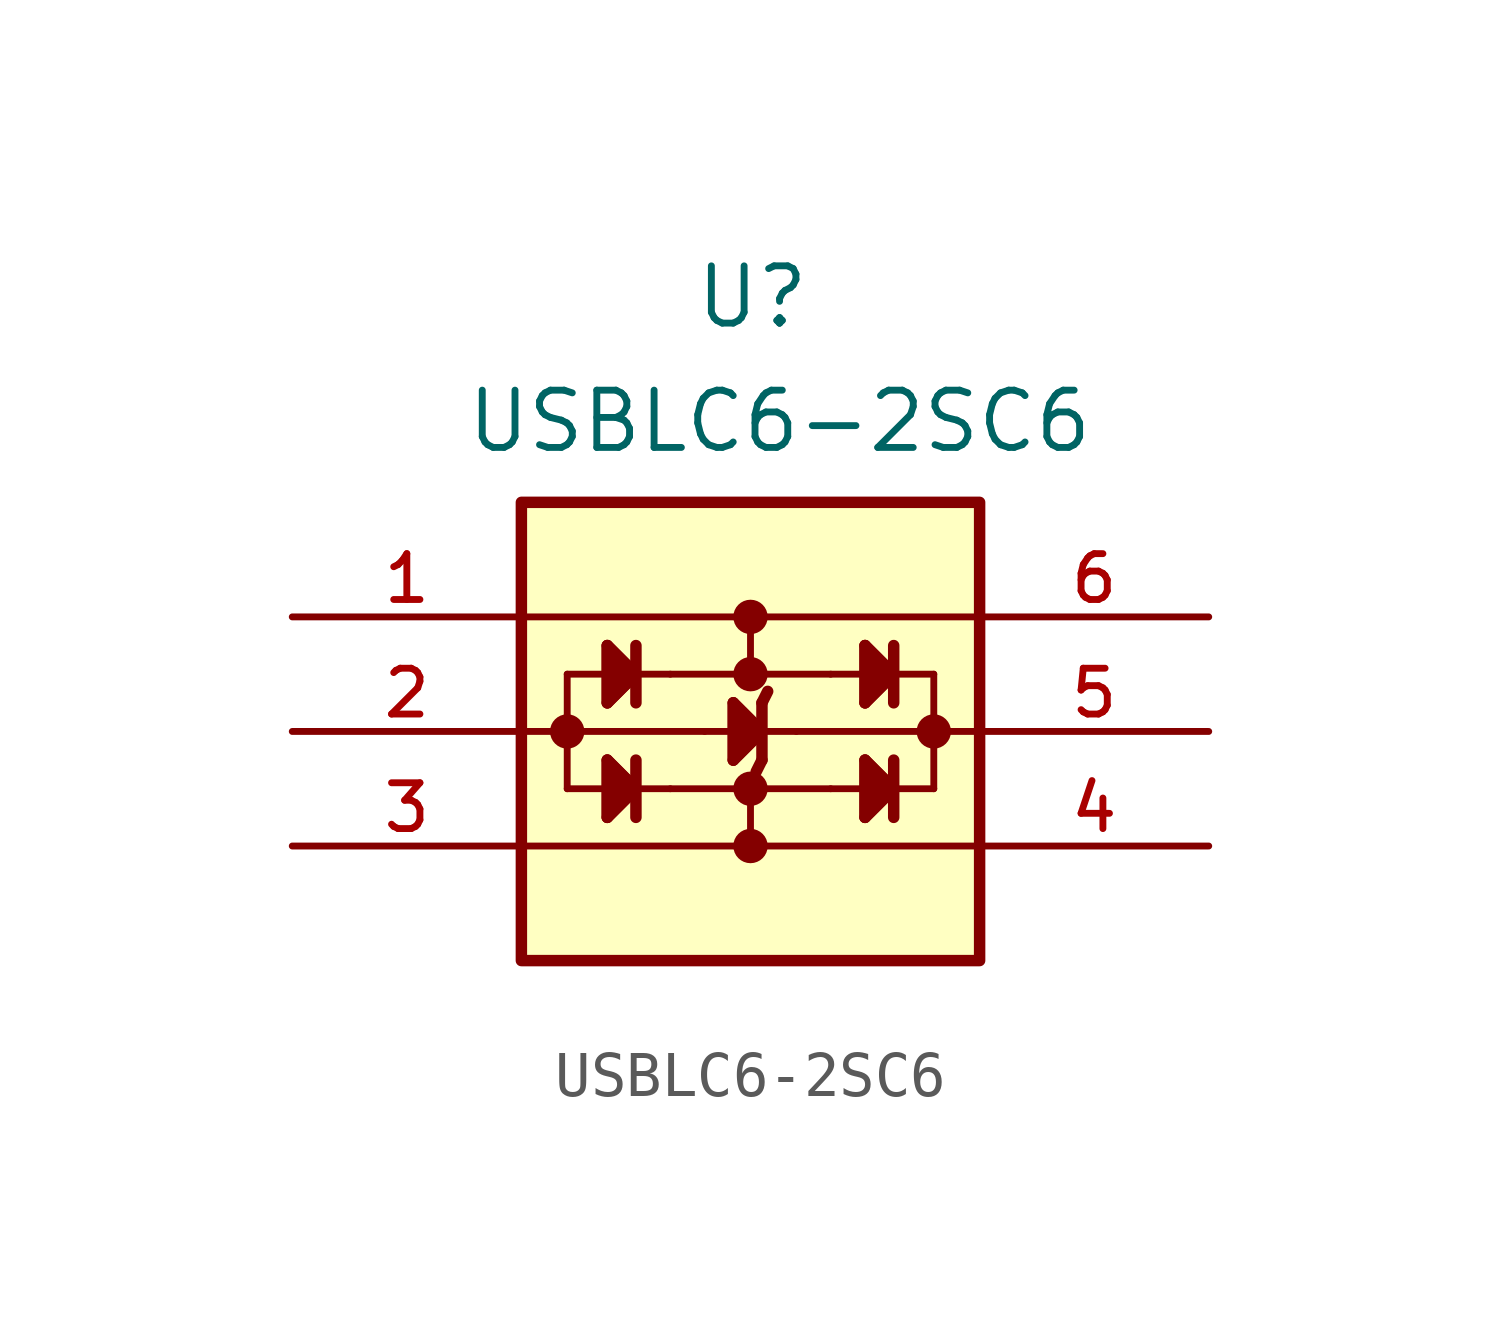
<source format=kicad_sym>
(kicad_symbol_lib
  (version 20211014)
  (generator kicad_symbol_editor)
  (symbol "USBLC6-2SC6"
    (pin_names
      (offset 1.016))
    (property "Reference" "U"
      (at -1.27 8.89 0)
      (effects (font (size 1.27 1.27)) (justify left bottom)))
    (property "Value" "USBLC6-2SC6"
      (at -6.35 7.62 0)
      (effects (font (size 1.27 1.27)) (justify left top)))
    (symbol "USBLC6-2SC6_0_0"
      (rectangle (start -5.08 5.08) (end 5.08 -5.08) (stroke (width 0.254) (type default) (color 0 0 0 0)) (fill (type background)))
      (circle (center -4.064 0) (radius 0.0001) (stroke (width 0.381) (type default) (color 0 0 0 0)) (fill (type none)))
      (circle (center 0 -2.54) (radius 0.0001) (stroke (width 0.381) (type default) (color 0 0 0 0)) (fill (type none)))
      (circle (center 0 -1.27) (radius 0.0001) (stroke (width 0.381) (type default) (color 0 0 0 0)) (fill (type none)))
      (polyline (pts (xy -5.08 -2.54) (xy 5.08 -2.54)) (stroke (width 0.152) (type default) (color 0 0 0 0)) (fill (type none)))
      (polyline (pts (xy -5.08 0) (xy -1.016 0)) (stroke (width 0.152) (type default) (color 0 0 0 0)) (fill (type none)))
      (polyline (pts (xy -5.08 2.54) (xy 5.08 2.54)) (stroke (width 0.152) (type default) (color 0 0 0 0)) (fill (type none)))
      (polyline (pts (xy -4.064 -1.27) (xy -4.064 1.27)) (stroke (width 0.152) (type default) (color 0 0 0 0)) (fill (type none)))
      (polyline (pts (xy -4.064 -1.27) (xy -3.175 -1.27)) (stroke (width 0.152) (type default) (color 0 0 0 0)) (fill (type none)))
      (polyline (pts (xy -4.064 1.27) (xy -3.175 1.27)) (stroke (width 0.152) (type default) (color 0 0 0 0)) (fill (type none)))
      (polyline (pts (xy -3.175 -1.905) (xy -3.175 -1.27)) (stroke (width 0.254) (type default) (color 0 0 0 0)) (fill (type none)))
      (polyline (pts (xy -3.175 -1.27) (xy -3.175 -0.635)) (stroke (width 0.254) (type default) (color 0 0 0 0)) (fill (type none)))
      (polyline (pts (xy -3.175 -0.635) (xy -2.54 -1.27)) (stroke (width 0.254) (type default) (color 0 0 0 0)) (fill (type none)))
      (polyline (pts (xy -3.175 0.635) (xy -3.175 1.27)) (stroke (width 0.254) (type default) (color 0 0 0 0)) (fill (type none)))
      (polyline (pts (xy -3.175 1.27) (xy -3.175 1.905)) (stroke (width 0.254) (type default) (color 0 0 0 0)) (fill (type none)))
      (polyline (pts (xy -3.175 1.905) (xy -2.54 1.27)) (stroke (width 0.254) (type default) (color 0 0 0 0)) (fill (type none)))
      (polyline (pts (xy -2.54 -1.27) (xy -3.175 -1.905)) (stroke (width 0.254) (type default) (color 0 0 0 0)) (fill (type none)))
      (polyline (pts (xy -2.54 -1.27) (xy -2.54 -1.905)) (stroke (width 0.254) (type default) (color 0 0 0 0)) (fill (type none)))
      (polyline (pts (xy -2.54 -1.27) (xy -1.778 -1.27)) (stroke (width 0.152) (type default) (color 0 0 0 0)) (fill (type none)))
      (polyline (pts (xy -2.54 -0.635) (xy -2.54 -1.27)) (stroke (width 0.254) (type default) (color 0 0 0 0)) (fill (type none)))
      (polyline (pts (xy -2.54 1.27) (xy -3.175 0.635)) (stroke (width 0.254) (type default) (color 0 0 0 0)) (fill (type none)))
      (polyline (pts (xy -2.54 1.27) (xy -2.54 0.635)) (stroke (width 0.254) (type default) (color 0 0 0 0)) (fill (type none)))
      (polyline (pts (xy -2.54 1.27) (xy -1.778 1.27)) (stroke (width 0.152) (type default) (color 0 0 0 0)) (fill (type none)))
      (polyline (pts (xy -2.54 1.905) (xy -2.54 1.27)) (stroke (width 0.254) (type default) (color 0 0 0 0)) (fill (type none)))
      (polyline (pts (xy -1.778 1.27) (xy 0 1.27)) (stroke (width 0.152) (type default) (color 0 0 0 0)) (fill (type none)))
      (polyline (pts (xy -1.016 0) (xy -0.381 0)) (stroke (width 0.152) (type default) (color 0 0 0 0)) (fill (type none)))
      (polyline (pts (xy -0.381 -0.635) (xy -0.381 0)) (stroke (width 0.254) (type default) (color 0 0 0 0)) (fill (type none)))
      (polyline (pts (xy -0.381 0) (xy -0.381 0.635)) (stroke (width 0.254) (type default) (color 0 0 0 0)) (fill (type none)))
      (polyline (pts (xy -0.381 0.635) (xy 0.254 0)) (stroke (width 0.254) (type default) (color 0 0 0 0)) (fill (type none)))
      (polyline (pts (xy 0 -1.27) (xy -1.778 -1.27)) (stroke (width 0.152) (type default) (color 0 0 0 0)) (fill (type none)))
      (polyline (pts (xy 0 -1.27) (xy 0 -2.54)) (stroke (width 0.152) (type default) (color 0 0 0 0)) (fill (type none)))
      (polyline (pts (xy 0 1.27) (xy 0 2.54)) (stroke (width 0.152) (type default) (color 0 0 0 0)) (fill (type none)))
      (polyline (pts (xy 0 1.27) (xy 1.778 1.27)) (stroke (width 0.152) (type default) (color 0 0 0 0)) (fill (type none)))
      (polyline (pts (xy 0.254 -0.635) (xy 0.127 -0.889)) (stroke (width 0.254) (type default) (color 0 0 0 0)) (fill (type none)))
      (polyline (pts (xy 0.254 0) (xy -0.381 -0.635)) (stroke (width 0.254) (type default) (color 0 0 0 0)) (fill (type none)))
      (polyline (pts (xy 0.254 0) (xy 0.254 -0.635)) (stroke (width 0.254) (type default) (color 0 0 0 0)) (fill (type none)))
      (polyline (pts (xy 0.254 0) (xy 1.016 0)) (stroke (width 0.152) (type default) (color 0 0 0 0)) (fill (type none)))
      (polyline (pts (xy 0.254 0.635) (xy 0.254 0)) (stroke (width 0.254) (type default) (color 0 0 0 0)) (fill (type none)))
      (polyline (pts (xy 0.381 0.889) (xy 0.254 0.635)) (stroke (width 0.254) (type default) (color 0 0 0 0)) (fill (type none)))
      (polyline (pts (xy 1.016 0) (xy 5.08 0)) (stroke (width 0.152) (type default) (color 0 0 0 0)) (fill (type none)))
      (polyline (pts (xy 1.778 -1.27) (xy 0 -1.27)) (stroke (width 0.152) (type default) (color 0 0 0 0)) (fill (type none)))
      (polyline (pts (xy 1.778 -1.27) (xy 2.54 -1.27)) (stroke (width 0.152) (type default) (color 0 0 0 0)) (fill (type none)))
      (polyline (pts (xy 1.778 1.27) (xy 2.54 1.27)) (stroke (width 0.152) (type default) (color 0 0 0 0)) (fill (type none)))
      (polyline (pts (xy 2.54 -1.905) (xy 2.54 -1.27)) (stroke (width 0.254) (type default) (color 0 0 0 0)) (fill (type none)))
      (polyline (pts (xy 2.54 -1.27) (xy 2.54 -0.635)) (stroke (width 0.254) (type default) (color 0 0 0 0)) (fill (type none)))
      (polyline (pts (xy 2.54 -0.635) (xy 3.175 -1.27)) (stroke (width 0.254) (type default) (color 0 0 0 0)) (fill (type none)))
      (polyline (pts (xy 2.54 0.635) (xy 2.54 1.27)) (stroke (width 0.254) (type default) (color 0 0 0 0)) (fill (type none)))
      (polyline (pts (xy 2.54 1.27) (xy 2.54 1.905)) (stroke (width 0.254) (type default) (color 0 0 0 0)) (fill (type none)))
      (polyline (pts (xy 2.54 1.905) (xy 3.175 1.27)) (stroke (width 0.254) (type default) (color 0 0 0 0)) (fill (type none)))
      (polyline (pts (xy 3.175 -1.27) (xy 2.54 -1.905)) (stroke (width 0.254) (type default) (color 0 0 0 0)) (fill (type none)))
      (polyline (pts (xy 3.175 -1.27) (xy 3.175 -1.905)) (stroke (width 0.254) (type default) (color 0 0 0 0)) (fill (type none)))
      (polyline (pts (xy 3.175 -1.27) (xy 4.064 -1.27)) (stroke (width 0.152) (type default) (color 0 0 0 0)) (fill (type none)))
      (polyline (pts (xy 3.175 -0.635) (xy 3.175 -1.27)) (stroke (width 0.254) (type default) (color 0 0 0 0)) (fill (type none)))
      (polyline (pts (xy 3.175 1.27) (xy 2.54 0.635)) (stroke (width 0.254) (type default) (color 0 0 0 0)) (fill (type none)))
      (polyline (pts (xy 3.175 1.27) (xy 3.175 0.635)) (stroke (width 0.254) (type default) (color 0 0 0 0)) (fill (type none)))
      (polyline (pts (xy 3.175 1.27) (xy 4.064 1.27)) (stroke (width 0.152) (type default) (color 0 0 0 0)) (fill (type none)))
      (polyline (pts (xy 3.175 1.905) (xy 3.175 1.27)) (stroke (width 0.254) (type default) (color 0 0 0 0)) (fill (type none)))
      (polyline (pts (xy 4.064 -1.27) (xy 4.064 1.27)) (stroke (width 0.152) (type default) (color 0 0 0 0)) (fill (type none)))
      (polyline (pts (xy -3.175 -0.635) (xy -3.175 -1.905) (xy -2.54 -1.27) (xy -3.175 -0.635)) (stroke (width 0.254) (type default) (color 0 0 0 0)) (fill (type outline)))
      (polyline (pts (xy -3.175 1.905) (xy -3.175 0.635) (xy -2.54 1.27) (xy -3.175 1.905)) (stroke (width 0.254) (type default) (color 0 0 0 0)) (fill (type outline)))
      (polyline (pts (xy -0.381 0.635) (xy -0.381 -0.635) (xy 0.254 0) (xy -0.381 0.635)) (stroke (width 0.254) (type default) (color 0 0 0 0)) (fill (type outline)))
      (polyline (pts (xy 2.54 -0.635) (xy 2.54 -1.905) (xy 3.175 -1.27) (xy 2.54 -0.635)) (stroke (width 0.254) (type default) (color 0 0 0 0)) (fill (type outline)))
      (polyline (pts (xy 2.54 1.905) (xy 2.54 0.635) (xy 3.175 1.27) (xy 2.54 1.905)) (stroke (width 0.254) (type default) (color 0 0 0 0)) (fill (type outline)))
      (circle (center 0 1.27) (radius 0.0001) (stroke (width 0.381) (type default) (color 0 0 0 0)) (fill (type none)))
      (circle (center 0 2.54) (radius 0.0001) (stroke (width 0.381) (type default) (color 0 0 0 0)) (fill (type none)))
      (circle (center 4.064 0) (radius 0.0001) (stroke (width 0.381) (type default) (color 0 0 0 0)) (fill (type none)))
      (pin bidirectional line (at -10.16 2.54 0) (length 5.08) (name "~" (effects (font (size 1.016 1.016)))) (number "1" (effects (font (size 1.016 1.016)))))
      (pin power_in line (at -10.16 0 0) (length 5.08) (name "~" (effects (font (size 1.016 1.016)))) (number "2" (effects (font (size 1.016 1.016)))))
      (pin bidirectional line (at -10.16 -2.54 0) (length 5.08) (name "~" (effects (font (size 1.016 1.016)))) (number "3" (effects (font (size 1.016 1.016)))))
      (pin bidirectional line (at 10.16 -2.54 180) (length 5.08) (name "~" (effects (font (size 1.016 1.016)))) (number "4" (effects (font (size 1.016 1.016)))))
      (pin power_in line (at 10.16 0 180) (length 5.08) (name "~" (effects (font (size 1.016 1.016)))) (number "5" (effects (font (size 1.016 1.016)))))
      (pin bidirectional line (at 10.16 2.54 180) (length 5.08) (name "~" (effects (font (size 1.016 1.016)))) (number "6" (effects (font (size 1.016 1.016))))))))
</source>
